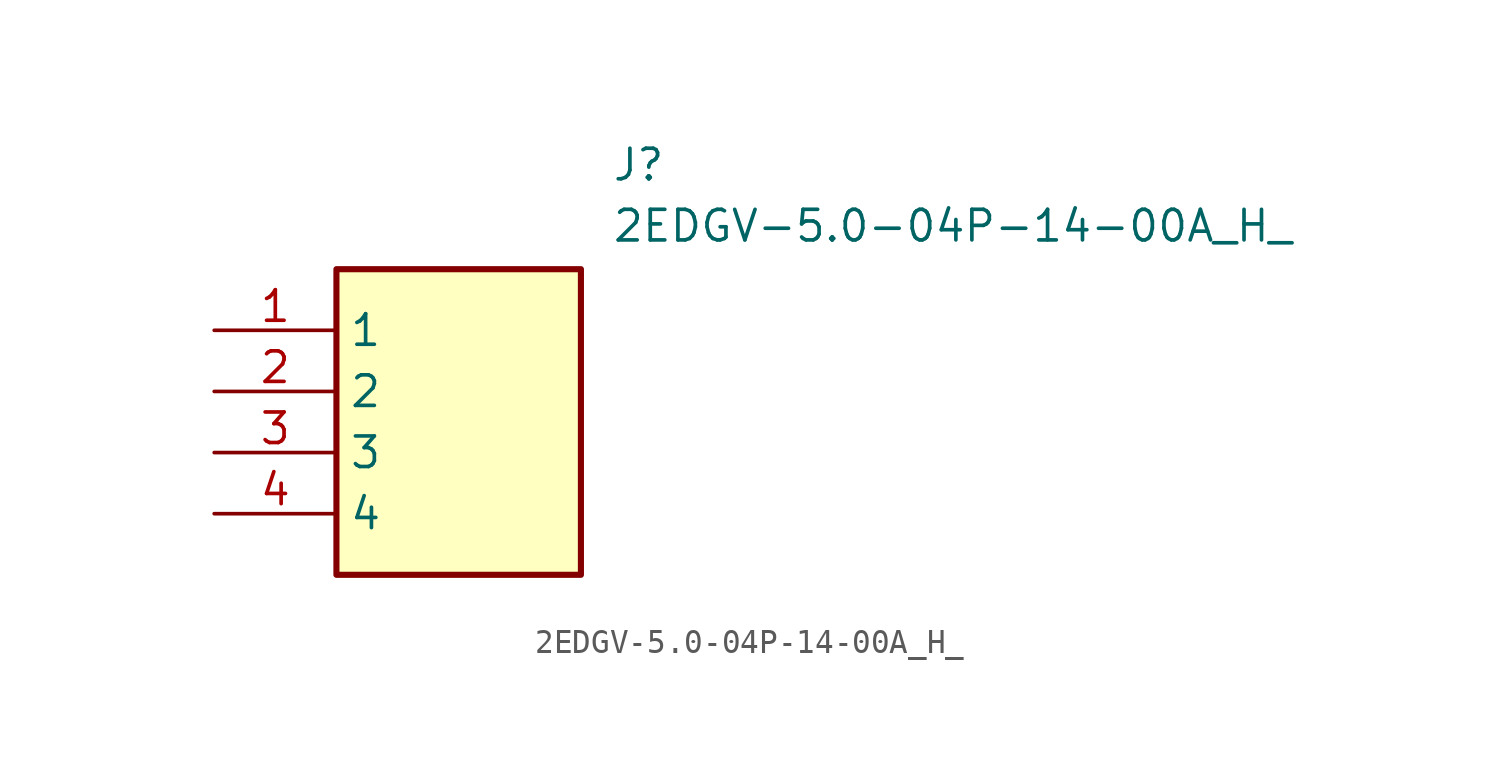
<source format=kicad_sym>
(kicad_symbol_lib
  (version 20211014)
  (generator SamacSys_ECAD_Model)
  (symbol "2EDGV-5.0-04P-14-00A_H_"
    (property "Reference" "J"
      (at 16.51 7.62 0)
      (effects (font (size 1.27 1.27)) (justify left top)))
    (property "Value" "2EDGV-5.0-04P-14-00A_H_"
      (at 16.51 5.08 0)
      (effects (font (size 1.27 1.27)) (justify left top)))
    (rectangle
      (start 5.08 2.54)
      (end 15.24 -10.16)
      (stroke (width 0.254) (type default))
      (fill (type background)))
    (pin passive line
      (at 0 0 0)
      (length 5.08)
      (name "1" (effects (font (size 1.27 1.27))))
      (number "1" (effects (font (size 1.27 1.27)))))
    (pin passive line
      (at 0 -2.54 0)
      (length 5.08)
      (name "2" (effects (font (size 1.27 1.27))))
      (number "2" (effects (font (size 1.27 1.27)))))
    (pin passive line
      (at 0 -5.08 0)
      (length 5.08)
      (name "3" (effects (font (size 1.27 1.27))))
      (number "3" (effects (font (size 1.27 1.27)))))
    (pin passive line
      (at 0 -7.62 0)
      (length 5.08)
      (name "4" (effects (font (size 1.27 1.27))))
      (number "4" (effects (font (size 1.27 1.27)))))))
</source>
